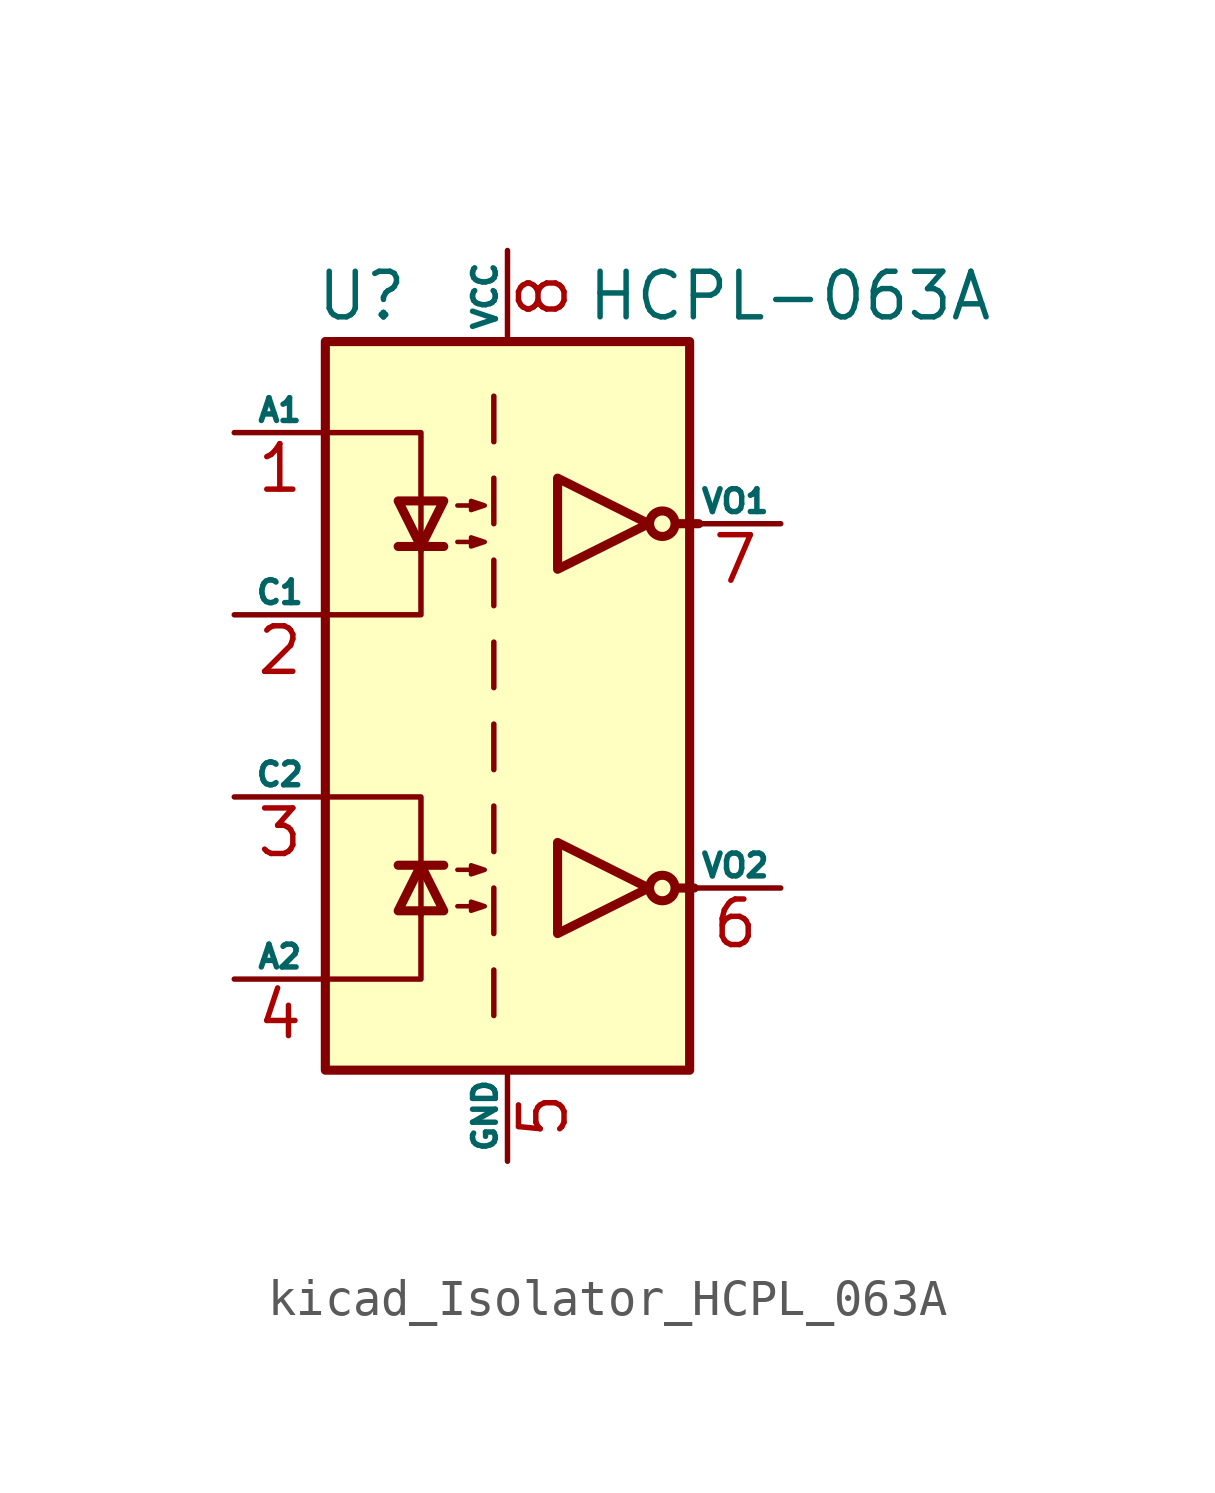
<source format=kicad_sym>
(kicad_symbol_lib
  (version 20220914)
  (generator kicad_symbol_editor)
  (symbol "kicad_Isolator_HCPL_063A"
    (pin_names
      (offset 0))
    (property "Reference" "U"
      (at -4.064 11.43 0)
      (effects (font (size 1.27 1.27))))
    (property "Value" "HCPL-063A"
      (at 7.874 11.43 0)
      (effects (font (size 1.27 1.27))))
    (symbol "kicad_Isolator_HCPL_063A_0_1"
      (rectangle (start -5.08 10.16) (end 5.08 -10.16) (stroke (width 0.254) (type default)) (fill (type background))))
    (symbol "kicad_Isolator_HCPL_063A_1_1"
      (polyline (pts (xy -3.048 -4.445) (xy -1.778 -4.445)) (stroke (width 0.254) (type default)) (fill (type none)))
      (polyline (pts (xy -3.048 4.445) (xy -1.778 4.445)) (stroke (width 0.254) (type default)) (fill (type none)))
      (polyline (pts (xy -0.381 -7.366) (xy -0.381 -8.636)) (stroke (width 0) (type default)) (fill (type none)))
      (polyline (pts (xy -0.381 -5.08) (xy -0.381 -6.35)) (stroke (width 0) (type default)) (fill (type none)))
      (polyline (pts (xy -0.381 -2.794) (xy -0.381 -4.064)) (stroke (width 0) (type default)) (fill (type none)))
      (polyline (pts (xy -0.381 -0.508) (xy -0.381 -1.778)) (stroke (width 0) (type default)) (fill (type none)))
      (polyline (pts (xy -0.381 1.778) (xy -0.381 0.508)) (stroke (width 0) (type default)) (fill (type none)))
      (polyline (pts (xy -0.381 4.064) (xy -0.381 2.794)) (stroke (width 0) (type default)) (fill (type none)))
      (polyline (pts (xy -0.381 6.35) (xy -0.381 5.08)) (stroke (width 0) (type default)) (fill (type none)))
      (polyline (pts (xy -0.381 8.636) (xy -0.381 7.366)) (stroke (width 0) (type default)) (fill (type none)))
      (polyline (pts (xy 4.699 -5.08) (xy 5.207 -5.08)) (stroke (width 0.254) (type default)) (fill (type none)))
      (polyline (pts (xy 4.699 5.08) (xy 5.334 5.08)) (stroke (width 0.254) (type default)) (fill (type none)))
      (polyline (pts (xy -4.953 -7.62) (xy -2.413 -7.62) (xy -2.413 -5.715)) (stroke (width 0) (type default)) (fill (type none)))
      (polyline (pts (xy -4.953 7.62) (xy -2.413 7.62) (xy -2.413 4.318)) (stroke (width 0) (type default)) (fill (type none)))
      (polyline (pts (xy -2.413 -5.842) (xy -2.413 -2.54) (xy -4.953 -2.54)) (stroke (width 0) (type default)) (fill (type none)))
      (polyline (pts (xy -2.413 4.445) (xy -2.413 2.54) (xy -4.953 2.54)) (stroke (width 0) (type default)) (fill (type none)))
      (polyline (pts (xy -2.413 -4.445) (xy -3.048 -5.715) (xy -1.778 -5.715) (xy -2.413 -4.445)) (stroke (width 0.254) (type default)) (fill (type none)))
      (polyline (pts (xy -2.413 4.445) (xy -3.048 5.715) (xy -1.778 5.715) (xy -2.413 4.445)) (stroke (width 0.254) (type default)) (fill (type none)))
      (polyline (pts (xy 3.937 -5.08) (xy 1.397 -3.81) (xy 1.397 -6.35) (xy 3.937 -5.08)) (stroke (width 0.254) (type default)) (fill (type none)))
      (polyline (pts (xy 3.937 5.08) (xy 1.397 6.35) (xy 1.397 3.81) (xy 3.937 5.08)) (stroke (width 0.254) (type default)) (fill (type none)))
      (polyline (pts (xy -1.397 -5.588) (xy -0.635 -5.588) (xy -1.016 -5.715) (xy -1.016 -5.461) (xy -0.635 -5.588)) (stroke (width 0.127) (type default)) (fill (type none)))
      (polyline (pts (xy -1.397 -4.572) (xy -0.635 -4.572) (xy -1.016 -4.699) (xy -1.016 -4.445) (xy -0.635 -4.572)) (stroke (width 0.127) (type default)) (fill (type none)))
      (polyline (pts (xy -1.397 4.572) (xy -0.635 4.572) (xy -1.016 4.445) (xy -1.016 4.699) (xy -0.635 4.572)) (stroke (width 0.127) (type default)) (fill (type none)))
      (polyline (pts (xy -1.397 5.588) (xy -0.635 5.588) (xy -1.016 5.461) (xy -1.016 5.715) (xy -0.635 5.588)) (stroke (width 0.127) (type default)) (fill (type none)))
      (circle (center 4.318 -5.08) (radius 0.356) (stroke (width 0.254) (type default)) (fill (type none)))
      (circle (center 4.318 5.08) (radius 0.356) (stroke (width 0.254) (type default)) (fill (type none)))
      (pin passive line (at -7.62 7.62 0) (length 2.54) (name "A1" (effects (font (size 0.635 0.635)))) (number "1" (effects (font (size 1.27 1.27)))))
      (pin passive line (at -7.62 2.54 0) (length 2.54) (name "C1" (effects (font (size 0.635 0.635)))) (number "2" (effects (font (size 1.27 1.27)))))
      (pin passive line (at -7.62 -2.54 0) (length 2.54) (name "C2" (effects (font (size 0.635 0.635)))) (number "3" (effects (font (size 1.27 1.27)))))
      (pin passive line (at -7.62 -7.62 0) (length 2.54) (name "A2" (effects (font (size 0.635 0.635)))) (number "4" (effects (font (size 1.27 1.27)))))
      (pin power_in line (at 0 -12.7 90) (length 2.54) (name "GND" (effects (font (size 0.635 0.635)))) (number "5" (effects (font (size 1.27 1.27)))))
      (pin open_collector line (at 7.62 -5.08 180) (length 2.54) (name "VO2" (effects (font (size 0.635 0.635)))) (number "6" (effects (font (size 1.27 1.27)))))
      (pin open_collector line (at 7.62 5.08 180) (length 2.54) (name "VO1" (effects (font (size 0.635 0.635)))) (number "7" (effects (font (size 1.27 1.27)))))
      (pin power_in line (at 0 12.7 270) (length 2.54) (name "VCC" (effects (font (size 0.635 0.635)))) (number "8" (effects (font (size 1.27 1.27))))))))
</source>
